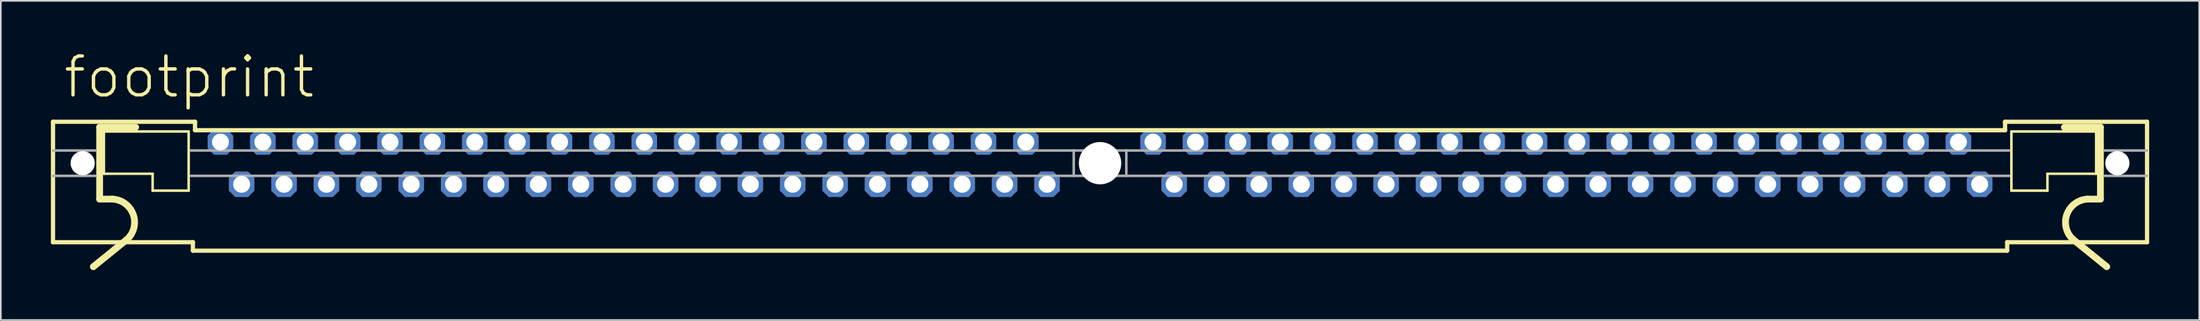
<source format=kicad_pcb>
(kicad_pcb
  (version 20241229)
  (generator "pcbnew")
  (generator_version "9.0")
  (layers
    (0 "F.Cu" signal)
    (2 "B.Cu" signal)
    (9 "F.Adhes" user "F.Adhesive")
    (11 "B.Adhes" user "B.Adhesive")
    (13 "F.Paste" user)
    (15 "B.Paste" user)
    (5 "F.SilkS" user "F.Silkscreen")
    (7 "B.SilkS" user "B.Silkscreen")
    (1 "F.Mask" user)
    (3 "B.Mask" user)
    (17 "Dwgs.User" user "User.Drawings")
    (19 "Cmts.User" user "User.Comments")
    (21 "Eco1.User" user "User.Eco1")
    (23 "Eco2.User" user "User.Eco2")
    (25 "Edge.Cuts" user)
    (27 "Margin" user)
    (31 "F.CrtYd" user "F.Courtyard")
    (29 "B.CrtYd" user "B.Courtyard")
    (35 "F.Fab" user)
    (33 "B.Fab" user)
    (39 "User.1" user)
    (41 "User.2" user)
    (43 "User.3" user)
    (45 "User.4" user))
  (footprint "footprint"
    (layer "F.Cu")
    (at 62.865 6.756)
    (property "Reference" "footprint" (at -62.23 -3.81 0) (layer "F.SilkS") (effects (font (size 2.337 2.337) (thickness 0.203)) (justify left bottom)))
    (fp_line (start -62.738 -2.489) (end -54.229 -2.489) (stroke (width 0.254) (type solid)) (layer "F.SilkS"))
    (fp_line (start -62.738 4.75) (end -62.738 -2.489) (stroke (width 0.254) (type solid)) (layer "F.SilkS"))
    (fp_line (start -59.944 -2.159) (end -59.944 2.159) (stroke (width 0.406) (type solid)) (layer "F.SilkS"))
    (fp_line (start -59.944 2.159) (end -59.182 2.159) (stroke (width 0.406) (type solid)) (layer "F.SilkS"))
    (fp_line (start -59.69 -1.905) (end -59.69 0.635) (stroke (width 0.152) (type solid)) (layer "F.SilkS"))
    (fp_line (start -58.293 4.572) (end -60.325 6.223) (stroke (width 0.406) (type solid)) (layer "F.SilkS"))
    (fp_line (start -57.785 -2.159) (end -59.944 -2.159) (stroke (width 0.406) (type solid)) (layer "F.SilkS"))
    (fp_line (start -56.769 0.635) (end -59.69 0.635) (stroke (width 0.152) (type solid)) (layer "F.SilkS"))
    (fp_line (start -56.769 1.651) (end -56.769 0.635) (stroke (width 0.152) (type solid)) (layer "F.SilkS"))
    (fp_line (start -56.769 1.651) (end -54.61 1.651) (stroke (width 0.152) (type solid)) (layer "F.SilkS"))
    (fp_line (start -54.61 -1.905) (end -59.69 -1.905) (stroke (width 0.152) (type solid)) (layer "F.SilkS"))
    (fp_line (start -54.61 1.651) (end -54.61 -1.905) (stroke (width 0.152) (type solid)) (layer "F.SilkS"))
    (fp_line (start -54.356 4.75) (end -62.738 4.75) (stroke (width 0.254) (type solid)) (layer "F.SilkS"))
    (fp_line (start -54.356 5.258) (end -54.356 4.75) (stroke (width 0.254) (type solid)) (layer "F.SilkS"))
    (fp_line (start -54.229 -1.981) (end -54.229 -2.489) (stroke (width 0.254) (type solid)) (layer "F.SilkS"))
    (fp_line (start -54.229 -1.981) (end 54.229 -1.981) (stroke (width 0.254) (type solid)) (layer "F.SilkS"))
    (fp_line (start 54.229 -2.489) (end 62.738 -2.489) (stroke (width 0.254) (type solid)) (layer "F.SilkS"))
    (fp_line (start 54.229 -1.981) (end 54.229 -2.489) (stroke (width 0.254) (type solid)) (layer "F.SilkS"))
    (fp_line (start 54.356 4.75) (end 54.356 5.258) (stroke (width 0.254) (type solid)) (layer "F.SilkS"))
    (fp_line (start 54.356 5.258) (end -54.356 5.258) (stroke (width 0.254) (type solid)) (layer "F.SilkS"))
    (fp_line (start 54.61 -1.905) (end 59.69 -1.905) (stroke (width 0.152) (type solid)) (layer "F.SilkS"))
    (fp_line (start 54.61 1.651) (end 54.61 -1.905) (stroke (width 0.152) (type solid)) (layer "F.SilkS"))
    (fp_line (start 56.769 0.635) (end 59.69 0.635) (stroke (width 0.152) (type solid)) (layer "F.SilkS"))
    (fp_line (start 56.769 1.651) (end 54.61 1.651) (stroke (width 0.152) (type solid)) (layer "F.SilkS"))
    (fp_line (start 56.769 1.651) (end 56.769 0.635) (stroke (width 0.152) (type solid)) (layer "F.SilkS"))
    (fp_line (start 57.785 -2.159) (end 59.944 -2.159) (stroke (width 0.406) (type solid)) (layer "F.SilkS"))
    (fp_line (start 58.293 4.572) (end 60.325 6.223) (stroke (width 0.406) (type solid)) (layer "F.SilkS"))
    (fp_line (start 59.69 -1.905) (end 59.69 0.635) (stroke (width 0.152) (type solid)) (layer "F.SilkS"))
    (fp_line (start 59.944 -2.159) (end 59.944 2.159) (stroke (width 0.406) (type solid)) (layer "F.SilkS"))
    (fp_line (start 59.944 2.159) (end 59.182 2.159) (stroke (width 0.406) (type solid)) (layer "F.SilkS"))
    (fp_line (start 62.738 -2.489) (end 62.738 4.75) (stroke (width 0.254) (type solid)) (layer "F.SilkS"))
    (fp_line (start 62.738 4.75) (end 54.356 4.75) (stroke (width 0.254) (type solid)) (layer "F.SilkS"))
    (fp_arc (start -59.182 2.159) (mid -57.93648 3.07034) (end -58.2931 4.5719) (stroke (width 0.4064) (type solid)) (layer "F.SilkS"))
    (fp_arc (start 58.293 4.572) (mid 57.936368 3.070308) (end 59.182 2.1589) (stroke (width 0.4064) (type solid)) (layer "F.SilkS"))
    (fp_line (start -62.738 -0.762) (end -60.198 -0.762) (stroke (width 0.152) (type solid)) (layer "F.Fab"))
    (fp_line (start -62.738 0.762) (end -60.198 0.762) (stroke (width 0.152) (type solid)) (layer "F.Fab"))
    (fp_line (start -54.483 -0.762) (end -1.575 -0.762) (stroke (width 0.152) (type solid)) (layer "F.Fab"))
    (fp_line (start -54.483 0.762) (end -1.575 0.762) (stroke (width 0.152) (type solid)) (layer "F.Fab"))
    (fp_line (start -1.575 -0.762) (end 1.575 -0.762) (stroke (width 0.152) (type solid)) (layer "F.Fab"))
    (fp_line (start -1.575 0.762) (end -1.575 -0.762) (stroke (width 0.152) (type solid)) (layer "F.Fab"))
    (fp_line (start -1.575 0.762) (end 1.575 0.762) (stroke (width 0.152) (type solid)) (layer "F.Fab"))
    (fp_line (start 1.575 0.762) (end 1.575 -0.762) (stroke (width 0.152) (type solid)) (layer "F.Fab"))
    (fp_line (start 54.483 -0.762) (end 1.575 -0.762) (stroke (width 0.152) (type solid)) (layer "F.Fab"))
    (fp_line (start 54.483 0.762) (end 1.575 0.762) (stroke (width 0.152) (type solid)) (layer "F.Fab"))
    (fp_line (start 62.738 -0.762) (end 60.198 -0.762) (stroke (width 0.152) (type solid)) (layer "F.Fab"))
    (fp_line (start 62.738 0.762) (end 60.198 0.762) (stroke (width 0.152) (type solid)) (layer "F.Fab"))
    (pad "" np_thru_hole circle (at -60.96 0) (size 1.448 1.448) (drill 1.448) (layers "*.Cu" "*.Mask"))
    (pad "" np_thru_hole circle (at 0 0) (size 2.54 2.54) (drill 2.54) (layers "*.Cu" "*.Mask"))
    (pad "" np_thru_hole circle (at 60.96 0) (size 1.448 1.448) (drill 1.448) (layers "*.Cu" "*.Mask"))
    (pad "1" thru_hole roundrect (at -52.705 -1.27) (size 1.524 1.524) (drill 1.016) (layers "*.Cu" "*.Mask") (roundrect_rratio 0.25) (chamfer_ratio 0.25) (chamfer top_left top_right bottom_left bottom_right))
    (pad "2" thru_hole roundrect (at -51.435 1.27) (size 1.524 1.524) (drill 1.016) (layers "*.Cu" "*.Mask") (roundrect_rratio 0.25) (chamfer_ratio 0.25) (chamfer top_left top_right bottom_left bottom_right))
    (pad "3" thru_hole roundrect (at -50.165 -1.27) (size 1.524 1.524) (drill 1.016) (layers "*.Cu" "*.Mask") (roundrect_rratio 0.25) (chamfer_ratio 0.25) (chamfer top_left top_right bottom_left bottom_right))
    (pad "4" thru_hole roundrect (at -48.895 1.27) (size 1.524 1.524) (drill 1.016) (layers "*.Cu" "*.Mask") (roundrect_rratio 0.25) (chamfer_ratio 0.25) (chamfer top_left top_right bottom_left bottom_right))
    (pad "5" thru_hole roundrect (at -47.625 -1.27) (size 1.524 1.524) (drill 1.016) (layers "*.Cu" "*.Mask") (roundrect_rratio 0.25) (chamfer_ratio 0.25) (chamfer top_left top_right bottom_left bottom_right))
    (pad "6" thru_hole roundrect (at -46.355 1.27) (size 1.524 1.524) (drill 1.016) (layers "*.Cu" "*.Mask") (roundrect_rratio 0.25) (chamfer_ratio 0.25) (chamfer top_left top_right bottom_left bottom_right))
    (pad "7" thru_hole roundrect (at -45.085 -1.27) (size 1.524 1.524) (drill 1.016) (layers "*.Cu" "*.Mask") (roundrect_rratio 0.25) (chamfer_ratio 0.25) (chamfer top_left top_right bottom_left bottom_right))
    (pad "8" thru_hole roundrect (at -43.815 1.27) (size 1.524 1.524) (drill 1.016) (layers "*.Cu" "*.Mask") (roundrect_rratio 0.25) (chamfer_ratio 0.25) (chamfer top_left top_right bottom_left bottom_right))
    (pad "9" thru_hole roundrect (at -42.545 -1.27) (size 1.524 1.524) (drill 1.016) (layers "*.Cu" "*.Mask") (roundrect_rratio 0.25) (chamfer_ratio 0.25) (chamfer top_left top_right bottom_left bottom_right))
    (pad "10" thru_hole roundrect (at -41.275 1.27) (size 1.524 1.524) (drill 1.016) (layers "*.Cu" "*.Mask") (roundrect_rratio 0.25) (chamfer_ratio 0.25) (chamfer top_left top_right bottom_left bottom_right))
    (pad "11" thru_hole roundrect (at -40.005 -1.27) (size 1.524 1.524) (drill 1.016) (layers "*.Cu" "*.Mask") (roundrect_rratio 0.25) (chamfer_ratio 0.25) (chamfer top_left top_right bottom_left bottom_right))
    (pad "12" thru_hole roundrect (at -38.735 1.27) (size 1.524 1.524) (drill 1.016) (layers "*.Cu" "*.Mask") (roundrect_rratio 0.25) (chamfer_ratio 0.25) (chamfer top_left top_right bottom_left bottom_right))
    (pad "13" thru_hole roundrect (at -37.465 -1.27) (size 1.524 1.524) (drill 1.016) (layers "*.Cu" "*.Mask") (roundrect_rratio 0.25) (chamfer_ratio 0.25) (chamfer top_left top_right bottom_left bottom_right))
    (pad "14" thru_hole roundrect (at -36.195 1.27) (size 1.524 1.524) (drill 1.016) (layers "*.Cu" "*.Mask") (roundrect_rratio 0.25) (chamfer_ratio 0.25) (chamfer top_left top_right bottom_left bottom_right))
    (pad "15" thru_hole roundrect (at -34.925 -1.27) (size 1.524 1.524) (drill 1.016) (layers "*.Cu" "*.Mask") (roundrect_rratio 0.25) (chamfer_ratio 0.25) (chamfer top_left top_right bottom_left bottom_right))
    (pad "16" thru_hole roundrect (at -33.655 1.27) (size 1.524 1.524) (drill 1.016) (layers "*.Cu" "*.Mask") (roundrect_rratio 0.25) (chamfer_ratio 0.25) (chamfer top_left top_right bottom_left bottom_right))
    (pad "17" thru_hole roundrect (at -32.385 -1.27) (size 1.524 1.524) (drill 1.016) (layers "*.Cu" "*.Mask") (roundrect_rratio 0.25) (chamfer_ratio 0.25) (chamfer top_left top_right bottom_left bottom_right))
    (pad "18" thru_hole roundrect (at -31.115 1.27) (size 1.524 1.524) (drill 1.016) (layers "*.Cu" "*.Mask") (roundrect_rratio 0.25) (chamfer_ratio 0.25) (chamfer top_left top_right bottom_left bottom_right))
    (pad "19" thru_hole roundrect (at -29.845 -1.27) (size 1.524 1.524) (drill 1.016) (layers "*.Cu" "*.Mask") (roundrect_rratio 0.25) (chamfer_ratio 0.25) (chamfer top_left top_right bottom_left bottom_right))
    (pad "20" thru_hole roundrect (at -28.575 1.27) (size 1.524 1.524) (drill 1.016) (layers "*.Cu" "*.Mask") (roundrect_rratio 0.25) (chamfer_ratio 0.25) (chamfer top_left top_right bottom_left bottom_right))
    (pad "21" thru_hole roundrect (at -27.305 -1.27) (size 1.524 1.524) (drill 1.016) (layers "*.Cu" "*.Mask") (roundrect_rratio 0.25) (chamfer_ratio 0.25) (chamfer top_left top_right bottom_left bottom_right))
    (pad "22" thru_hole roundrect (at -26.035 1.27) (size 1.524 1.524) (drill 1.016) (layers "*.Cu" "*.Mask") (roundrect_rratio 0.25) (chamfer_ratio 0.25) (chamfer top_left top_right bottom_left bottom_right))
    (pad "23" thru_hole roundrect (at -24.765 -1.27) (size 1.524 1.524) (drill 1.016) (layers "*.Cu" "*.Mask") (roundrect_rratio 0.25) (chamfer_ratio 0.25) (chamfer top_left top_right bottom_left bottom_right))
    (pad "24" thru_hole roundrect (at -23.495 1.27) (size 1.524 1.524) (drill 1.016) (layers "*.Cu" "*.Mask") (roundrect_rratio 0.25) (chamfer_ratio 0.25) (chamfer top_left top_right bottom_left bottom_right))
    (pad "25" thru_hole roundrect (at -22.225 -1.27) (size 1.524 1.524) (drill 1.016) (layers "*.Cu" "*.Mask") (roundrect_rratio 0.25) (chamfer_ratio 0.25) (chamfer top_left top_right bottom_left bottom_right))
    (pad "26" thru_hole roundrect (at -20.955 1.27) (size 1.524 1.524) (drill 1.016) (layers "*.Cu" "*.Mask") (roundrect_rratio 0.25) (chamfer_ratio 0.25) (chamfer top_left top_right bottom_left bottom_right))
    (pad "27" thru_hole roundrect (at -19.685 -1.27) (size 1.524 1.524) (drill 1.016) (layers "*.Cu" "*.Mask") (roundrect_rratio 0.25) (chamfer_ratio 0.25) (chamfer top_left top_right bottom_left bottom_right))
    (pad "28" thru_hole roundrect (at -18.415 1.27) (size 1.524 1.524) (drill 1.016) (layers "*.Cu" "*.Mask") (roundrect_rratio 0.25) (chamfer_ratio 0.25) (chamfer top_left top_right bottom_left bottom_right))
    (pad "29" thru_hole roundrect (at -17.145 -1.27) (size 1.524 1.524) (drill 1.016) (layers "*.Cu" "*.Mask") (roundrect_rratio 0.25) (chamfer_ratio 0.25) (chamfer top_left top_right bottom_left bottom_right))
    (pad "30" thru_hole roundrect (at -15.875 1.27) (size 1.524 1.524) (drill 1.016) (layers "*.Cu" "*.Mask") (roundrect_rratio 0.25) (chamfer_ratio 0.25) (chamfer top_left top_right bottom_left bottom_right))
    (pad "31" thru_hole roundrect (at -14.605 -1.27) (size 1.524 1.524) (drill 1.016) (layers "*.Cu" "*.Mask") (roundrect_rratio 0.25) (chamfer_ratio 0.25) (chamfer top_left top_right bottom_left bottom_right))
    (pad "32" thru_hole roundrect (at -13.335 1.27) (size 1.524 1.524) (drill 1.016) (layers "*.Cu" "*.Mask") (roundrect_rratio 0.25) (chamfer_ratio 0.25) (chamfer top_left top_right bottom_left bottom_right))
    (pad "33" thru_hole roundrect (at -12.065 -1.27) (size 1.524 1.524) (drill 1.016) (layers "*.Cu" "*.Mask") (roundrect_rratio 0.25) (chamfer_ratio 0.25) (chamfer top_left top_right bottom_left bottom_right))
    (pad "34" thru_hole roundrect (at -10.795 1.27) (size 1.524 1.524) (drill 1.016) (layers "*.Cu" "*.Mask") (roundrect_rratio 0.25) (chamfer_ratio 0.25) (chamfer top_left top_right bottom_left bottom_right))
    (pad "35" thru_hole roundrect (at -9.525 -1.27) (size 1.524 1.524) (drill 1.016) (layers "*.Cu" "*.Mask") (roundrect_rratio 0.25) (chamfer_ratio 0.25) (chamfer top_left top_right bottom_left bottom_right))
    (pad "36" thru_hole roundrect (at -8.255 1.27) (size 1.524 1.524) (drill 1.016) (layers "*.Cu" "*.Mask") (roundrect_rratio 0.25) (chamfer_ratio 0.25) (chamfer top_left top_right bottom_left bottom_right))
    (pad "37" thru_hole roundrect (at -6.985 -1.27) (size 1.524 1.524) (drill 1.016) (layers "*.Cu" "*.Mask") (roundrect_rratio 0.25) (chamfer_ratio 0.25) (chamfer top_left top_right bottom_left bottom_right))
    (pad "38" thru_hole roundrect (at -5.715 1.27) (size 1.524 1.524) (drill 1.016) (layers "*.Cu" "*.Mask") (roundrect_rratio 0.25) (chamfer_ratio 0.25) (chamfer top_left top_right bottom_left bottom_right))
    (pad "39" thru_hole roundrect (at -4.445 -1.27) (size 1.524 1.524) (drill 1.016) (layers "*.Cu" "*.Mask") (roundrect_rratio 0.25) (chamfer_ratio 0.25) (chamfer top_left top_right bottom_left bottom_right))
    (pad "40" thru_hole roundrect (at -3.175 1.27) (size 1.524 1.524) (drill 1.016) (layers "*.Cu" "*.Mask") (roundrect_rratio 0.25) (chamfer_ratio 0.25) (chamfer top_left top_right bottom_left bottom_right))
    (pad "41" thru_hole roundrect (at 3.175 -1.27) (size 1.524 1.524) (drill 1.016) (layers "*.Cu" "*.Mask") (roundrect_rratio 0.25) (chamfer_ratio 0.25) (chamfer top_left top_right bottom_left bottom_right))
    (pad "42" thru_hole roundrect (at 4.445 1.27) (size 1.524 1.524) (drill 1.016) (layers "*.Cu" "*.Mask") (roundrect_rratio 0.25) (chamfer_ratio 0.25) (chamfer top_left top_right bottom_left bottom_right))
    (pad "43" thru_hole roundrect (at 5.715 -1.27) (size 1.524 1.524) (drill 1.016) (layers "*.Cu" "*.Mask") (roundrect_rratio 0.25) (chamfer_ratio 0.25) (chamfer top_left top_right bottom_left bottom_right))
    (pad "44" thru_hole roundrect (at 6.985 1.27) (size 1.524 1.524) (drill 1.016) (layers "*.Cu" "*.Mask") (roundrect_rratio 0.25) (chamfer_ratio 0.25) (chamfer top_left top_right bottom_left bottom_right))
    (pad "45" thru_hole roundrect (at 8.255 -1.27) (size 1.524 1.524) (drill 1.016) (layers "*.Cu" "*.Mask") (roundrect_rratio 0.25) (chamfer_ratio 0.25) (chamfer top_left top_right bottom_left bottom_right))
    (pad "46" thru_hole roundrect (at 9.525 1.27) (size 1.524 1.524) (drill 1.016) (layers "*.Cu" "*.Mask") (roundrect_rratio 0.25) (chamfer_ratio 0.25) (chamfer top_left top_right bottom_left bottom_right))
    (pad "47" thru_hole roundrect (at 10.795 -1.27) (size 1.524 1.524) (drill 1.016) (layers "*.Cu" "*.Mask") (roundrect_rratio 0.25) (chamfer_ratio 0.25) (chamfer top_left top_right bottom_left bottom_right))
    (pad "48" thru_hole roundrect (at 12.065 1.27) (size 1.524 1.524) (drill 1.016) (layers "*.Cu" "*.Mask") (roundrect_rratio 0.25) (chamfer_ratio 0.25) (chamfer top_left top_right bottom_left bottom_right))
    (pad "49" thru_hole roundrect (at 13.335 -1.27) (size 1.524 1.524) (drill 1.016) (layers "*.Cu" "*.Mask") (roundrect_rratio 0.25) (chamfer_ratio 0.25) (chamfer top_left top_right bottom_left bottom_right))
    (pad "50" thru_hole roundrect (at 14.605 1.27) (size 1.524 1.524) (drill 1.016) (layers "*.Cu" "*.Mask") (roundrect_rratio 0.25) (chamfer_ratio 0.25) (chamfer top_left top_right bottom_left bottom_right))
    (pad "51" thru_hole roundrect (at 15.875 -1.27) (size 1.524 1.524) (drill 1.016) (layers "*.Cu" "*.Mask") (roundrect_rratio 0.25) (chamfer_ratio 0.25) (chamfer top_left top_right bottom_left bottom_right))
    (pad "52" thru_hole roundrect (at 17.145 1.27) (size 1.524 1.524) (drill 1.016) (layers "*.Cu" "*.Mask") (roundrect_rratio 0.25) (chamfer_ratio 0.25) (chamfer top_left top_right bottom_left bottom_right))
    (pad "53" thru_hole roundrect (at 18.415 -1.27) (size 1.524 1.524) (drill 1.016) (layers "*.Cu" "*.Mask") (roundrect_rratio 0.25) (chamfer_ratio 0.25) (chamfer top_left top_right bottom_left bottom_right))
    (pad "54" thru_hole roundrect (at 19.685 1.27) (size 1.524 1.524) (drill 1.016) (layers "*.Cu" "*.Mask") (roundrect_rratio 0.25) (chamfer_ratio 0.25) (chamfer top_left top_right bottom_left bottom_right))
    (pad "55" thru_hole roundrect (at 20.955 -1.27) (size 1.524 1.524) (drill 1.016) (layers "*.Cu" "*.Mask") (roundrect_rratio 0.25) (chamfer_ratio 0.25) (chamfer top_left top_right bottom_left bottom_right))
    (pad "56" thru_hole roundrect (at 22.225 1.27) (size 1.524 1.524) (drill 1.016) (layers "*.Cu" "*.Mask") (roundrect_rratio 0.25) (chamfer_ratio 0.25) (chamfer top_left top_right bottom_left bottom_right))
    (pad "57" thru_hole roundrect (at 23.495 -1.27) (size 1.524 1.524) (drill 1.016) (layers "*.Cu" "*.Mask") (roundrect_rratio 0.25) (chamfer_ratio 0.25) (chamfer top_left top_right bottom_left bottom_right))
    (pad "58" thru_hole roundrect (at 24.765 1.27) (size 1.524 1.524) (drill 1.016) (layers "*.Cu" "*.Mask") (roundrect_rratio 0.25) (chamfer_ratio 0.25) (chamfer top_left top_right bottom_left bottom_right))
    (pad "59" thru_hole roundrect (at 26.035 -1.27) (size 1.524 1.524) (drill 1.016) (layers "*.Cu" "*.Mask") (roundrect_rratio 0.25) (chamfer_ratio 0.25) (chamfer top_left top_right bottom_left bottom_right))
    (pad "60" thru_hole roundrect (at 27.305 1.27) (size 1.524 1.524) (drill 1.016) (layers "*.Cu" "*.Mask") (roundrect_rratio 0.25) (chamfer_ratio 0.25) (chamfer top_left top_right bottom_left bottom_right))
    (pad "61" thru_hole roundrect (at 28.575 -1.27) (size 1.524 1.524) (drill 1.016) (layers "*.Cu" "*.Mask") (roundrect_rratio 0.25) (chamfer_ratio 0.25) (chamfer top_left top_right bottom_left bottom_right))
    (pad "62" thru_hole roundrect (at 29.845 1.27) (size 1.524 1.524) (drill 1.016) (layers "*.Cu" "*.Mask") (roundrect_rratio 0.25) (chamfer_ratio 0.25) (chamfer top_left top_right bottom_left bottom_right))
    (pad "63" thru_hole roundrect (at 31.115 -1.27) (size 1.524 1.524) (drill 1.016) (layers "*.Cu" "*.Mask") (roundrect_rratio 0.25) (chamfer_ratio 0.25) (chamfer top_left top_right bottom_left bottom_right))
    (pad "64" thru_hole roundrect (at 32.385 1.27) (size 1.524 1.524) (drill 1.016) (layers "*.Cu" "*.Mask") (roundrect_rratio 0.25) (chamfer_ratio 0.25) (chamfer top_left top_right bottom_left bottom_right))
    (pad "65" thru_hole roundrect (at 33.655 -1.27) (size 1.524 1.524) (drill 1.016) (layers "*.Cu" "*.Mask") (roundrect_rratio 0.25) (chamfer_ratio 0.25) (chamfer top_left top_right bottom_left bottom_right))
    (pad "66" thru_hole roundrect (at 34.925 1.27) (size 1.524 1.524) (drill 1.016) (layers "*.Cu" "*.Mask") (roundrect_rratio 0.25) (chamfer_ratio 0.25) (chamfer top_left top_right bottom_left bottom_right))
    (pad "67" thru_hole roundrect (at 36.195 -1.27) (size 1.524 1.524) (drill 1.016) (layers "*.Cu" "*.Mask") (roundrect_rratio 0.25) (chamfer_ratio 0.25) (chamfer top_left top_right bottom_left bottom_right))
    (pad "68" thru_hole roundrect (at 37.465 1.27) (size 1.524 1.524) (drill 1.016) (layers "*.Cu" "*.Mask") (roundrect_rratio 0.25) (chamfer_ratio 0.25) (chamfer top_left top_right bottom_left bottom_right))
    (pad "69" thru_hole roundrect (at 38.735 -1.27) (size 1.524 1.524) (drill 1.016) (layers "*.Cu" "*.Mask") (roundrect_rratio 0.25) (chamfer_ratio 0.25) (chamfer top_left top_right bottom_left bottom_right))
    (pad "70" thru_hole roundrect (at 40.005 1.27) (size 1.524 1.524) (drill 1.016) (layers "*.Cu" "*.Mask") (roundrect_rratio 0.25) (chamfer_ratio 0.25) (chamfer top_left top_right bottom_left bottom_right))
    (pad "71" thru_hole roundrect (at 41.275 -1.27) (size 1.524 1.524) (drill 1.016) (layers "*.Cu" "*.Mask") (roundrect_rratio 0.25) (chamfer_ratio 0.25) (chamfer top_left top_right bottom_left bottom_right))
    (pad "72" thru_hole roundrect (at 42.545 1.27) (size 1.524 1.524) (drill 1.016) (layers "*.Cu" "*.Mask") (roundrect_rratio 0.25) (chamfer_ratio 0.25) (chamfer top_left top_right bottom_left bottom_right))
    (pad "73" thru_hole roundrect (at 43.815 -1.27) (size 1.524 1.524) (drill 1.016) (layers "*.Cu" "*.Mask") (roundrect_rratio 0.25) (chamfer_ratio 0.25) (chamfer top_left top_right bottom_left bottom_right))
    (pad "74" thru_hole roundrect (at 45.085 1.27) (size 1.524 1.524) (drill 1.016) (layers "*.Cu" "*.Mask") (roundrect_rratio 0.25) (chamfer_ratio 0.25) (chamfer top_left top_right bottom_left bottom_right))
    (pad "75" thru_hole roundrect (at 46.355 -1.27) (size 1.524 1.524) (drill 1.016) (layers "*.Cu" "*.Mask") (roundrect_rratio 0.25) (chamfer_ratio 0.25) (chamfer top_left top_right bottom_left bottom_right))
    (pad "76" thru_hole roundrect (at 47.625 1.27) (size 1.524 1.524) (drill 1.016) (layers "*.Cu" "*.Mask") (roundrect_rratio 0.25) (chamfer_ratio 0.25) (chamfer top_left top_right bottom_left bottom_right))
    (pad "77" thru_hole roundrect (at 48.895 -1.27) (size 1.524 1.524) (drill 1.016) (layers "*.Cu" "*.Mask") (roundrect_rratio 0.25) (chamfer_ratio 0.25) (chamfer top_left top_right bottom_left bottom_right))
    (pad "78" thru_hole roundrect (at 50.165 1.27) (size 1.524 1.524) (drill 1.016) (layers "*.Cu" "*.Mask") (roundrect_rratio 0.25) (chamfer_ratio 0.25) (chamfer top_left top_right bottom_left bottom_right))
    (pad "79" thru_hole roundrect (at 51.435 -1.27) (size 1.524 1.524) (drill 1.016) (layers "*.Cu" "*.Mask") (roundrect_rratio 0.25) (chamfer_ratio 0.25) (chamfer top_left top_right bottom_left bottom_right))
    (pad "80" thru_hole roundrect (at 52.705 1.27) (size 1.524 1.524) (drill 1.016) (layers "*.Cu" "*.Mask") (roundrect_rratio 0.25) (chamfer_ratio 0.25) (chamfer top_left top_right bottom_left bottom_right)))
  (gr_rect
    (start -3 -3)
    (end 128.73 16.183)
    (stroke (width 0.1) (type default))
    (fill no)
    (layer "Edge.Cuts")))
</source>
